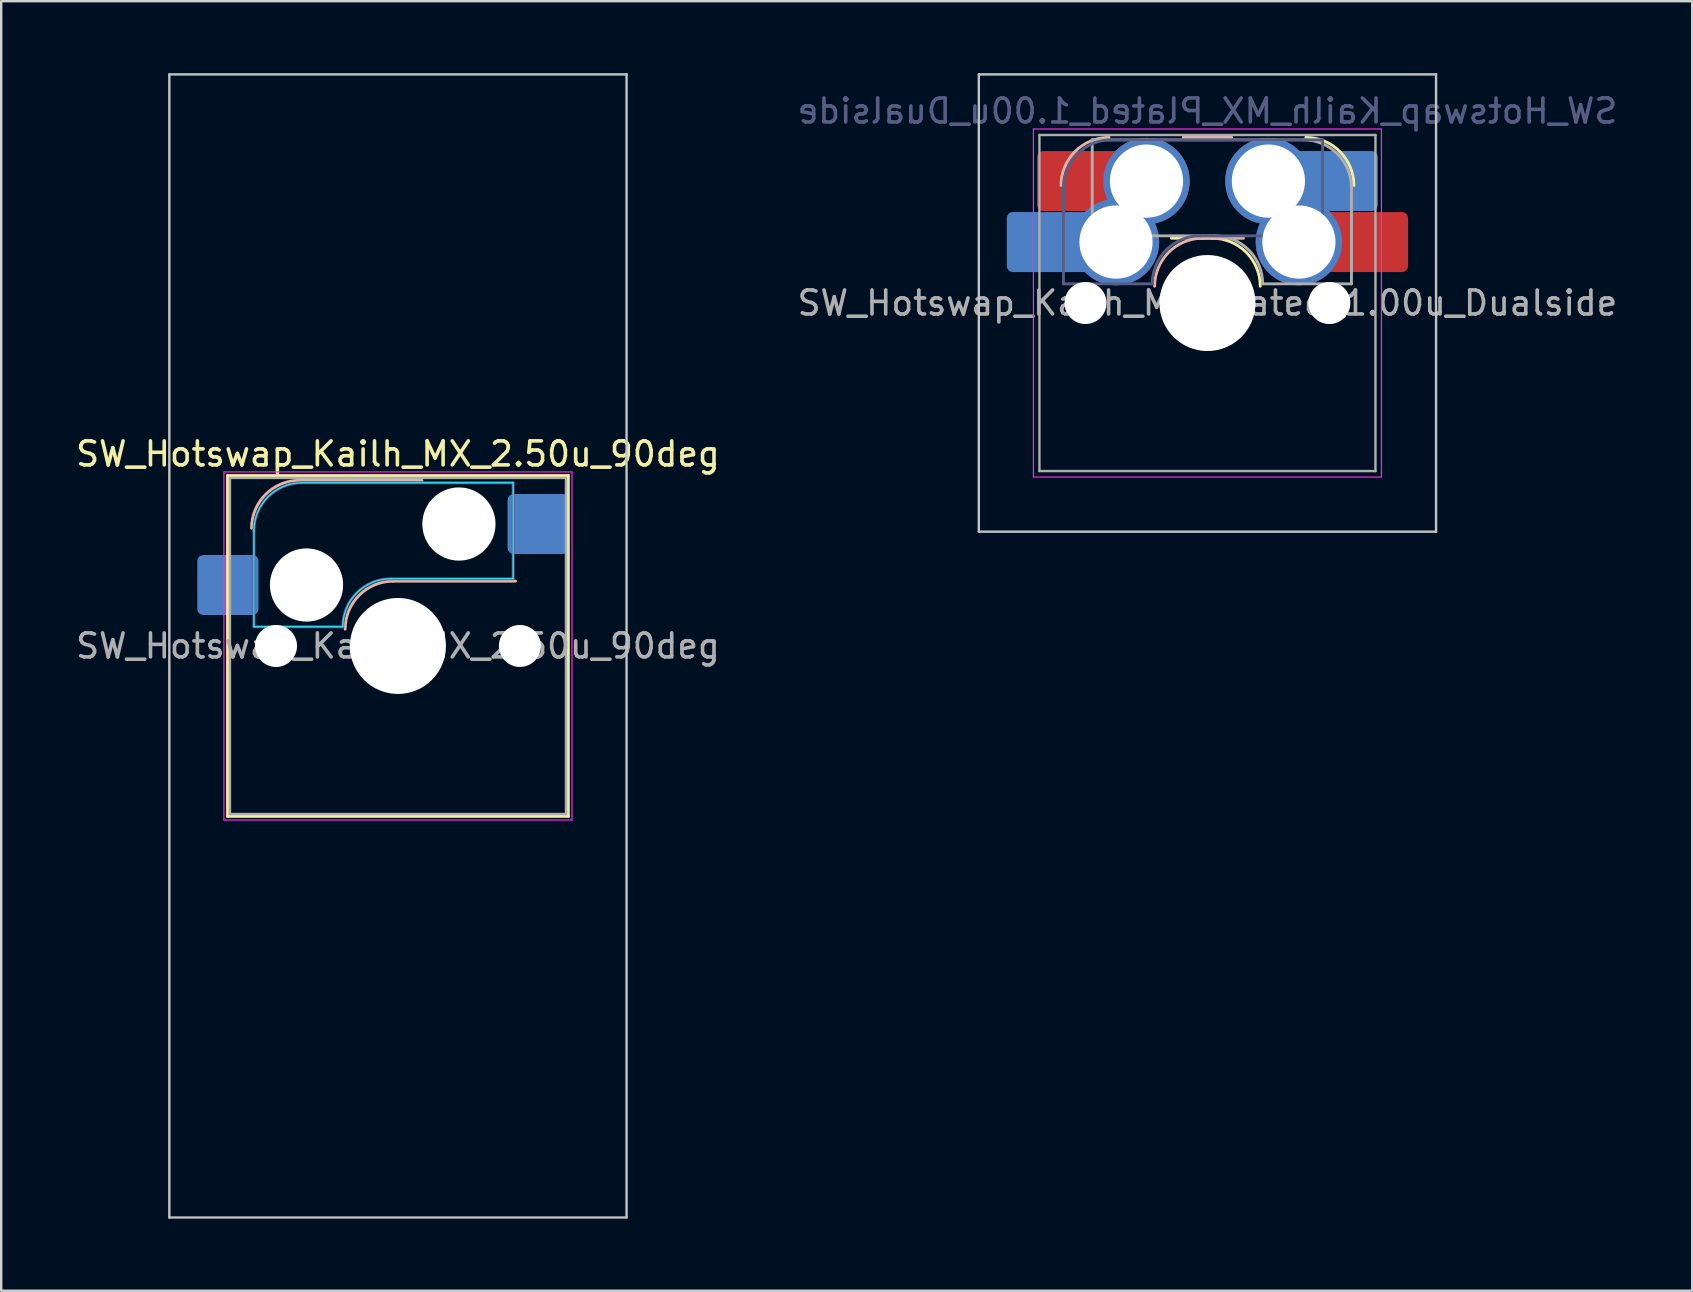
<source format=kicad_pcb>
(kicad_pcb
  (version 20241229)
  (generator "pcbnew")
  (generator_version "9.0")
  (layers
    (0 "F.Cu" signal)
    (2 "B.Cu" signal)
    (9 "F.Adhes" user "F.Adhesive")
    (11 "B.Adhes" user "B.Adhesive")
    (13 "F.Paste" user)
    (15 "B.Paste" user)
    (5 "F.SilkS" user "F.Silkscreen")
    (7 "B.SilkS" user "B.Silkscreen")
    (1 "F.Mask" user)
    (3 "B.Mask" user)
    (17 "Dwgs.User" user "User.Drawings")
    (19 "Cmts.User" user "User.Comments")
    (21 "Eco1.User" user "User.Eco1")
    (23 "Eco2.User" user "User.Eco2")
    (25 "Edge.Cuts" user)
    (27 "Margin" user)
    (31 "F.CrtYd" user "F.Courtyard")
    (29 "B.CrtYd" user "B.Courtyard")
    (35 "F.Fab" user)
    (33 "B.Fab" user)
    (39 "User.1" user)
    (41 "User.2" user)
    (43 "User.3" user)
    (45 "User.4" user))
  (footprint "SW_Hotswap_Kailh_MX_Plated_1.00u_Dualside"
    (layer "F.Cu")
    (at 47.256 9.575)
    (property "Reference" "SW_Hotswap_Kailh_MX_Plated_1.00u_Dualside" (at 0 -8 0) (layer "B.Fab") (effects (font (size 1 1) (thickness 0.15)) (justify mirror)))
    (attr smd)
    (fp_line (start 0.2 -2.7) (end -1.5 -2.7) (stroke (width 0.12) (type solid)) (layer "F.SilkS"))
    (fp_line (start 1 -6.9) (end -1 -6.9) (stroke (width 0.12) (type solid)) (layer "F.SilkS"))
    (fp_arc (start 0.2 -2.7) (mid 1.614214 -2.114214) (end 2.2 -0.7) (stroke (width 0.12) (type solid)) (layer "F.SilkS"))
    (fp_arc (start 4.1 -6.9) (mid 5.514214 -6.314214) (end 6.1 -4.9) (stroke (width 0.12) (type solid)) (layer "F.SilkS"))
    (fp_line (start -1 -6.9) (end 1 -6.9) (stroke (width 0.12) (type solid)) (layer "B.SilkS"))
    (fp_line (start -0.2 -2.7) (end 1.5 -2.7) (stroke (width 0.12) (type solid)) (layer "B.SilkS"))
    (fp_arc (start -6.1 -4.9) (mid -5.514214 -6.314214) (end -4.1 -6.9) (stroke (width 0.12) (type solid)) (layer "B.SilkS"))
    (fp_arc (start -2.2 -0.7) (mid -1.614214 -2.114214) (end -0.2 -2.7) (stroke (width 0.12) (type solid)) (layer "B.SilkS"))
    (fp_line (start -9.525 -9.525) (end -9.525 9.525) (stroke (width 0.1) (type solid)) (layer "Dwgs.User"))
    (fp_line (start -9.525 9.525) (end 9.525 9.525) (stroke (width 0.1) (type solid)) (layer "Dwgs.User"))
    (fp_line (start 9.525 -9.525) (end -9.525 -9.525) (stroke (width 0.1) (type solid)) (layer "Dwgs.User"))
    (fp_line (start 9.525 9.525) (end 9.525 -9.525) (stroke (width 0.1) (type solid)) (layer "Dwgs.User"))
    (fp_line (start -7.8 -6) (end -7 -6) (stroke (width 0.1) (type solid)) (layer "Eco1.User"))
    (fp_line (start -7.8 -2.9) (end -7.8 -6) (stroke (width 0.1) (type solid)) (layer "Eco1.User"))
    (fp_line (start -7.8 2.9) (end -7 2.9) (stroke (width 0.1) (type solid)) (layer "Eco1.User"))
    (fp_line (start -7.8 6) (end -7.8 2.9) (stroke (width 0.1) (type solid)) (layer "Eco1.User"))
    (fp_line (start -7 -7) (end -7 -6) (stroke (width 0.1) (type solid)) (layer "Eco1.User"))
    (fp_line (start -7 -7) (end 7 -7) (stroke (width 0.1) (type solid)) (layer "Eco1.User"))
    (fp_line (start -7 -6) (end -7 -7) (stroke (width 0.1) (type solid)) (layer "Eco1.User"))
    (fp_line (start -7 -2.9) (end -7.8 -2.9) (stroke (width 0.1) (type solid)) (layer "Eco1.User"))
    (fp_line (start -7 2.9) (end -7 -2.9) (stroke (width 0.1) (type solid)) (layer "Eco1.User"))
    (fp_line (start -7 6) (end -7.8 6) (stroke (width 0.1) (type solid)) (layer "Eco1.User"))
    (fp_line (start -7 7) (end -7 6) (stroke (width 0.1) (type solid)) (layer "Eco1.User"))
    (fp_line (start 7 -7) (end -7 -7) (stroke (width 0.1) (type solid)) (layer "Eco1.User"))
    (fp_line (start 7 -7) (end 7 -6) (stroke (width 0.1) (type solid)) (layer "Eco1.User"))
    (fp_line (start 7 -6) (end 7 -7) (stroke (width 0.1) (type solid)) (layer "Eco1.User"))
    (fp_line (start 7 -6) (end 7.8 -6) (stroke (width 0.1) (type solid)) (layer "Eco1.User"))
    (fp_line (start 7 -2.9) (end 7 2.9) (stroke (width 0.1) (type solid)) (layer "Eco1.User"))
    (fp_line (start 7 -2.9) (end 7.8 -2.9) (stroke (width 0.1) (type solid)) (layer "Eco1.User"))
    (fp_line (start 7 2.9) (end 7.8 2.9) (stroke (width 0.1) (type solid)) (layer "Eco1.User"))
    (fp_line (start 7 6) (end 7 7) (stroke (width 0.1) (type solid)) (layer "Eco1.User"))
    (fp_line (start 7 7) (end -7 7) (stroke (width 0.1) (type solid)) (layer "Eco1.User"))
    (fp_line (start 7.8 -6) (end 7.8 -2.9) (stroke (width 0.1) (type solid)) (layer "Eco1.User"))
    (fp_line (start 7.8 2.9) (end 7.8 6) (stroke (width 0.1) (type solid)) (layer "Eco1.User"))
    (fp_line (start 7.8 6) (end 7 6) (stroke (width 0.1) (type solid)) (layer "Eco1.User"))
    (fp_line (start -7.25 -7.25) (end -7.25 7.25) (stroke (width 0.05) (type solid)) (layer "F.CrtYd"))
    (fp_line (start -7.25 7.25) (end 7.25 7.25) (stroke (width 0.05) (type solid)) (layer "F.CrtYd"))
    (fp_line (start 7.25 -7.25) (end -7.25 -7.25) (stroke (width 0.05) (type solid)) (layer "F.CrtYd"))
    (fp_line (start 7.25 7.25) (end 7.25 -7.25) (stroke (width 0.05) (type solid)) (layer "F.CrtYd"))
    (fp_line (start -6 -0.8) (end -6 -4.8) (stroke (width 0.12) (type solid)) (layer "B.Fab"))
    (fp_line (start -6 -0.8) (end -2.3 -0.8) (stroke (width 0.12) (type solid)) (layer "B.Fab"))
    (fp_line (start -4 -6.8) (end 4.8 -6.8) (stroke (width 0.12) (type solid)) (layer "B.Fab"))
    (fp_line (start -0.3 -2.8) (end 4.8 -2.8) (stroke (width 0.12) (type solid)) (layer "B.Fab"))
    (fp_line (start 4.8 -6.8) (end 4.8 -2.8) (stroke (width 0.12) (type solid)) (layer "B.Fab"))
    (fp_arc (start -6 -4.8) (mid -5.414214 -6.214214) (end -4 -6.8) (stroke (width 0.12) (type solid)) (layer "B.Fab"))
    (fp_arc (start -2.3 -0.8) (mid -1.714214 -2.214214) (end -0.3 -2.8) (stroke (width 0.12) (type solid)) (layer "B.Fab"))
    (fp_line (start -7 -7) (end -7 7) (stroke (width 0.1) (type solid)) (layer "F.Fab"))
    (fp_line (start -7 7) (end 7 7) (stroke (width 0.1) (type solid)) (layer "F.Fab"))
    (fp_line (start -4.8 -6.8) (end -4.8 -2.8) (stroke (width 0.12) (type solid)) (layer "F.Fab"))
    (fp_line (start 0.3 -2.8) (end -4.8 -2.8) (stroke (width 0.12) (type solid)) (layer "F.Fab"))
    (fp_line (start 4 -6.8) (end -4.8 -6.8) (stroke (width 0.12) (type solid)) (layer "F.Fab"))
    (fp_line (start 6 -0.8) (end 2.3 -0.8) (stroke (width 0.12) (type solid)) (layer "F.Fab"))
    (fp_line (start 6 -0.8) (end 6 -4.8) (stroke (width 0.12) (type solid)) (layer "F.Fab"))
    (fp_line (start 7 -7) (end -7 -7) (stroke (width 0.1) (type solid)) (layer "F.Fab"))
    (fp_line (start 7 7) (end 7 -7) (stroke (width 0.1) (type solid)) (layer "F.Fab"))
    (fp_arc (start 0.3 -2.8) (mid 1.714214 -2.214214) (end 2.3 -0.8) (stroke (width 0.12) (type solid)) (layer "F.Fab"))
    (fp_arc (start 4 -6.8) (mid 5.414214 -6.214214) (end 6 -4.8) (stroke (width 0.12) (type solid)) (layer "F.Fab"))
    (fp_text user "${REFERENCE}" (at 0 0 0) (layer "F.Fab") (effects (font (size 1 1) (thickness 0.15))))
    (pad "" smd roundrect (at -7.085 -2.54) (size 2.55 2.5) (layers "B.Mask" "B.Paste") (roundrect_rratio 0.1))
    (pad "" smd roundrect (at -5.842 -5.08) (size 2.55 2.5) (layers "F.Mask" "F.Paste") (roundrect_rratio 0.1))
    (pad "" np_thru_hole circle (at -5.08 0) (size 1.75 1.75) (drill 1.75) (layers "*.Cu" "*.Mask"))
    (pad "" np_thru_hole circle (at 0 0) (size 4 4) (drill 4) (layers "*.Cu" "*.Mask"))
    (pad "" np_thru_hole circle (at 5.08 0) (size 1.75 1.75) (drill 1.75) (layers "*.Cu" "*.Mask"))
    (pad "" smd roundrect (at 5.842 -5.08) (size 2.55 2.5) (layers "B.Mask" "B.Paste") (roundrect_rratio 0.1))
    (pad "" smd roundrect (at 7.085 -2.54) (size 2.55 2.5) (layers "F.Mask" "F.Paste") (roundrect_rratio 0.1))
    (pad "1" smd roundrect (at -6.585 -2.54) (size 3.55 2.5) (layers "B.Cu") (roundrect_rratio 0.1))
    (pad "1" smd roundrect (at -5.32 -5.08) (size 3.55 2.5) (layers "F.Cu") (roundrect_rratio 0.1))
    (pad "1" thru_hole circle (at -3.81 -2.54) (size 3.6 3.6) (drill 3.05) (layers "*.Cu" "*.Mask"))
    (pad "1" thru_hole circle (at -2.54 -5.08) (size 3.6 3.6) (drill 3.05) (layers "*.Cu" "*.Mask"))
    (pad "2" thru_hole circle (at 2.54 -5.08) (size 3.6 3.6) (drill 3.05) (layers "*.Cu" "*.Mask"))
    (pad "2" thru_hole circle (at 3.81 -2.54) (size 3.6 3.6) (drill 3.05) (layers "*.Cu" "*.Mask"))
    (pad "2" smd roundrect (at 5.32 -5.08) (size 3.55 2.5) (layers "B.Cu") (roundrect_rratio 0.1))
    (pad "2" smd roundrect (at 6.585 -2.54) (size 3.55 2.5) (layers "F.Cu") (roundrect_rratio 0.1)))
  (footprint "SW_Hotswap_Kailh_MX_2.50u_90deg"
    (layer "F.Cu")
    (at 13.53 23.863)
    (property "Reference" "SW_Hotswap_Kailh_MX_2.50u_90deg" (at 0 -8 0) (layer "F.SilkS") (effects (font (size 1 1) (thickness 0.15))))
    (attr smd)
    (fp_line (start -7.1 -7.1) (end -7.1 7.1) (stroke (width 0.12) (type solid)) (layer "F.SilkS"))
    (fp_line (start -7.1 7.1) (end 7.1 7.1) (stroke (width 0.12) (type solid)) (layer "F.SilkS"))
    (fp_line (start 7.1 -7.1) (end -7.1 -7.1) (stroke (width 0.12) (type solid)) (layer "F.SilkS"))
    (fp_line (start 7.1 7.1) (end 7.1 -7.1) (stroke (width 0.12) (type solid)) (layer "F.SilkS"))
    (fp_line (start -4.1 -6.9) (end 1 -6.9) (stroke (width 0.12) (type solid)) (layer "B.SilkS"))
    (fp_line (start -0.2 -2.7) (end 4.9 -2.7) (stroke (width 0.12) (type solid)) (layer "B.SilkS"))
    (fp_arc (start -6.1 -4.9) (mid -5.514214 -6.314214) (end -4.1 -6.9) (stroke (width 0.12) (type solid)) (layer "B.SilkS"))
    (fp_arc (start -2.2 -0.7) (mid -1.614214 -2.114214) (end -0.2 -2.7) (stroke (width 0.12) (type solid)) (layer "B.SilkS"))
    (fp_line (start -9.525 -23.812) (end 9.525 -23.812) (stroke (width 0.1) (type solid)) (layer "Dwgs.User"))
    (fp_line (start -9.525 23.812) (end -9.525 -23.812) (stroke (width 0.1) (type solid)) (layer "Dwgs.User"))
    (fp_line (start 9.525 -23.812) (end 9.525 23.812) (stroke (width 0.1) (type solid)) (layer "Dwgs.User"))
    (fp_line (start 9.525 23.812) (end -9.525 23.812) (stroke (width 0.1) (type solid)) (layer "Dwgs.User"))
    (fp_line (start -7.8 -6) (end -7 -6) (stroke (width 0.1) (type solid)) (layer "Eco1.User"))
    (fp_line (start -7.8 -2.9) (end -7.8 -6) (stroke (width 0.1) (type solid)) (layer "Eco1.User"))
    (fp_line (start -7.8 2.9) (end -7 2.9) (stroke (width 0.1) (type solid)) (layer "Eco1.User"))
    (fp_line (start -7.8 6) (end -7.8 2.9) (stroke (width 0.1) (type solid)) (layer "Eco1.User"))
    (fp_line (start -7 -7) (end 7 -7) (stroke (width 0.1) (type solid)) (layer "Eco1.User"))
    (fp_line (start -7 -6) (end -7 -7) (stroke (width 0.1) (type solid)) (layer "Eco1.User"))
    (fp_line (start -7 -2.9) (end -7.8 -2.9) (stroke (width 0.1) (type solid)) (layer "Eco1.User"))
    (fp_line (start -7 2.9) (end -7 -2.9) (stroke (width 0.1) (type solid)) (layer "Eco1.User"))
    (fp_line (start -7 6) (end -7.8 6) (stroke (width 0.1) (type solid)) (layer "Eco1.User"))
    (fp_line (start -7 7) (end -7 6) (stroke (width 0.1) (type solid)) (layer "Eco1.User"))
    (fp_line (start 7 -7) (end 7 -6) (stroke (width 0.1) (type solid)) (layer "Eco1.User"))
    (fp_line (start 7 -6) (end 7.8 -6) (stroke (width 0.1) (type solid)) (layer "Eco1.User"))
    (fp_line (start 7 -2.9) (end 7 2.9) (stroke (width 0.1) (type solid)) (layer "Eco1.User"))
    (fp_line (start 7 2.9) (end 7.8 2.9) (stroke (width 0.1) (type solid)) (layer "Eco1.User"))
    (fp_line (start 7 6) (end 7 7) (stroke (width 0.1) (type solid)) (layer "Eco1.User"))
    (fp_line (start 7 7) (end -7 7) (stroke (width 0.1) (type solid)) (layer "Eco1.User"))
    (fp_line (start 7.8 -6) (end 7.8 -2.9) (stroke (width 0.1) (type solid)) (layer "Eco1.User"))
    (fp_line (start 7.8 -2.9) (end 7 -2.9) (stroke (width 0.1) (type solid)) (layer "Eco1.User"))
    (fp_line (start 7.8 2.9) (end 7.8 6) (stroke (width 0.1) (type solid)) (layer "Eco1.User"))
    (fp_line (start 7.8 6) (end 7 6) (stroke (width 0.1) (type solid)) (layer "Eco1.User"))
    (fp_line (start -6 -0.8) (end -6 -4.8) (stroke (width 0.05) (type solid)) (layer "B.CrtYd"))
    (fp_line (start -6 -0.8) (end -2.3 -0.8) (stroke (width 0.05) (type solid)) (layer "B.CrtYd"))
    (fp_line (start -4 -6.8) (end 4.8 -6.8) (stroke (width 0.05) (type solid)) (layer "B.CrtYd"))
    (fp_line (start -0.3 -2.8) (end 4.8 -2.8) (stroke (width 0.05) (type solid)) (layer "B.CrtYd"))
    (fp_line (start 4.8 -6.8) (end 4.8 -2.8) (stroke (width 0.05) (type solid)) (layer "B.CrtYd"))
    (fp_arc (start -6 -4.8) (mid -5.414214 -6.214214) (end -4 -6.8) (stroke (width 0.05) (type solid)) (layer "B.CrtYd"))
    (fp_arc (start -2.3 -0.8) (mid -1.714214 -2.214214) (end -0.3 -2.8) (stroke (width 0.05) (type solid)) (layer "B.CrtYd"))
    (fp_line (start -7.25 -7.25) (end -7.25 7.25) (stroke (width 0.05) (type solid)) (layer "F.CrtYd"))
    (fp_line (start -7.25 7.25) (end 7.25 7.25) (stroke (width 0.05) (type solid)) (layer "F.CrtYd"))
    (fp_line (start 7.25 -7.25) (end -7.25 -7.25) (stroke (width 0.05) (type solid)) (layer "F.CrtYd"))
    (fp_line (start 7.25 7.25) (end 7.25 -7.25) (stroke (width 0.05) (type solid)) (layer "F.CrtYd"))
    (fp_line (start -6 -0.8) (end -6 -4.8) (stroke (width 0.12) (type solid)) (layer "B.Fab"))
    (fp_line (start -6 -0.8) (end -2.3 -0.8) (stroke (width 0.12) (type solid)) (layer "B.Fab"))
    (fp_line (start -4 -6.8) (end 4.8 -6.8) (stroke (width 0.12) (type solid)) (layer "B.Fab"))
    (fp_line (start -0.3 -2.8) (end 4.8 -2.8) (stroke (width 0.12) (type solid)) (layer "B.Fab"))
    (fp_line (start 4.8 -6.8) (end 4.8 -2.8) (stroke (width 0.12) (type solid)) (layer "B.Fab"))
    (fp_arc (start -6 -4.8) (mid -5.414214 -6.214214) (end -4 -6.8) (stroke (width 0.12) (type solid)) (layer "B.Fab"))
    (fp_arc (start -2.3 -0.8) (mid -1.714214 -2.214214) (end -0.3 -2.8) (stroke (width 0.12) (type solid)) (layer "B.Fab"))
    (fp_line (start -7 -7) (end -7 7) (stroke (width 0.1) (type solid)) (layer "F.Fab"))
    (fp_line (start -7 7) (end 7 7) (stroke (width 0.1) (type solid)) (layer "F.Fab"))
    (fp_line (start 7 -7) (end -7 -7) (stroke (width 0.1) (type solid)) (layer "F.Fab"))
    (fp_line (start 7 7) (end 7 -7) (stroke (width 0.1) (type solid)) (layer "F.Fab"))
    (fp_text user "${REFERENCE}" (at 0 0 0) (layer "F.Fab") (effects (font (size 1 1) (thickness 0.15))))
    (pad "" np_thru_hole circle (at -5.08 0) (size 1.75 1.75) (drill 1.75) (layers "*.Cu" "*.Mask"))
    (pad "" np_thru_hole circle (at -3.81 -2.54) (size 3.05 3.05) (drill 3.05) (layers "*.Cu" "*.Mask"))
    (pad "" np_thru_hole circle (at 0 0) (size 4 4) (drill 4) (layers "*.Cu" "*.Mask"))
    (pad "" np_thru_hole circle (at 2.54 -5.08) (size 3.05 3.05) (drill 3.05) (layers "*.Cu" "*.Mask"))
    (pad "" np_thru_hole circle (at 5.08 0) (size 1.75 1.75) (drill 1.75) (layers "*.Cu" "*.Mask"))
    (pad "1" smd roundrect (at -7.085 -2.54) (size 2.55 2.5) (layers "B.Cu" "B.Mask" "B.Paste") (roundrect_rratio 0.1))
    (pad "2" smd roundrect (at 5.842 -5.08) (size 2.55 2.5) (layers "B.Cu" "B.Mask" "B.Paste") (roundrect_rratio 0.1)))
  (gr_rect
    (start -3 -3)
    (end 67.452 50.725)
    (stroke (width 0.1) (type default))
    (fill no)
    (layer "Edge.Cuts")))
</source>
